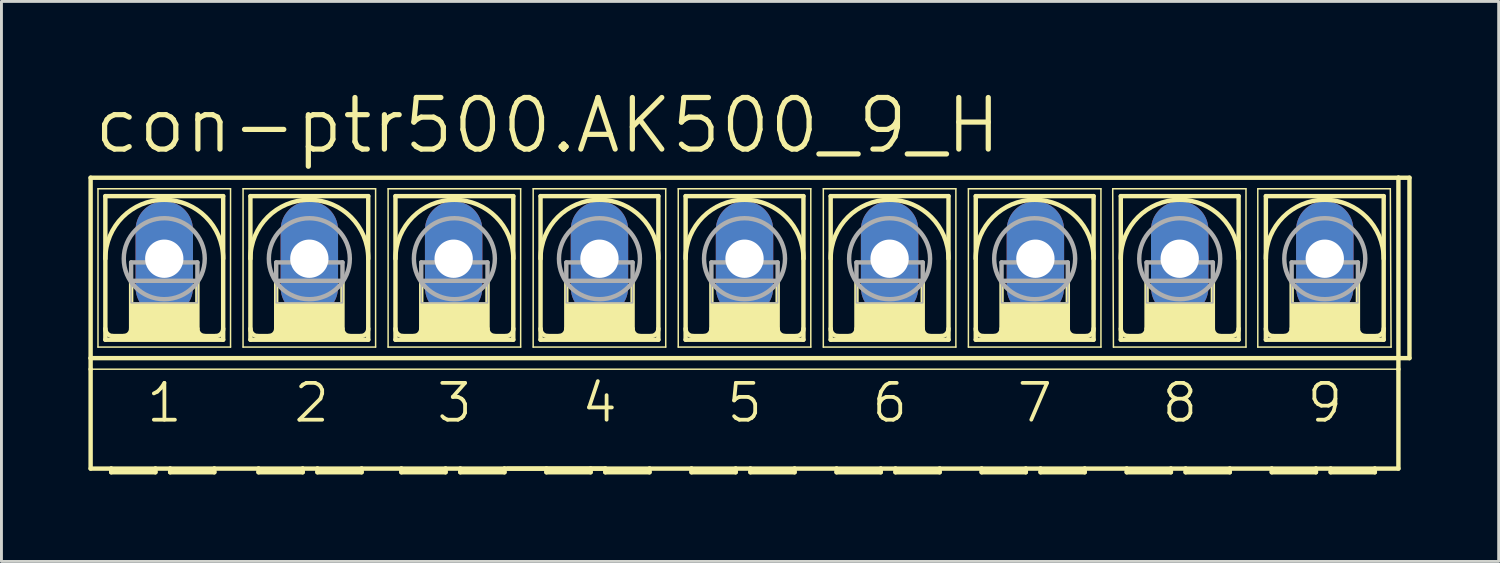
<source format=kicad_pcb>
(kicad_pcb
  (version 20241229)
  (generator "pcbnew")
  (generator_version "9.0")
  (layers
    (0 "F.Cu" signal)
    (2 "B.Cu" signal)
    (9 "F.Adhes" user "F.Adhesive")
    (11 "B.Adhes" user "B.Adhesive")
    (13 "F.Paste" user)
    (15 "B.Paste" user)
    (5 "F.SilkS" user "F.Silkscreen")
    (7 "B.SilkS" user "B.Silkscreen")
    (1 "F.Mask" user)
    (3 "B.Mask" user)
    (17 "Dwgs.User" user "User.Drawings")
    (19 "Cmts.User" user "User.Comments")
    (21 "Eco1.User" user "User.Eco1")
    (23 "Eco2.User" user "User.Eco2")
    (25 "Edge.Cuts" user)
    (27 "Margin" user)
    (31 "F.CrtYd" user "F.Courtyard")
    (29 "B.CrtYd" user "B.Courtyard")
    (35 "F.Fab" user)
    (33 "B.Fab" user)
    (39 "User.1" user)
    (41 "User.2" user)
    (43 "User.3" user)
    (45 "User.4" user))
  (footprint "con-ptr500.AK500_9_H"
    (layer "F.Cu")
    (at 22.631 5.874)
    (property "Reference" "con-ptr500.AK500_9_H" (at -22.53 -3.556 0) (layer "F.SilkS") (effects (font (size 1.778 1.778) (thickness 0.18)) (justify left bottom)))
    (attr through_hole)
    (fp_line (start -22.555 3.429) (end -22.555 -2.794) (stroke (width 0.152) (type default)) (layer "F.SilkS"))
    (fp_line (start -22.555 3.429) (end 22.555 3.429) (stroke (width 0.152) (type default)) (layer "F.SilkS"))
    (fp_line (start -22.555 3.81) (end -22.555 3.429) (stroke (width 0.152) (type default)) (layer "F.SilkS"))
    (fp_line (start -22.555 7.239) (end -22.555 3.81) (stroke (width 0.152) (type default)) (layer "F.SilkS"))
    (fp_line (start -22.555 7.239) (end -21.844 7.239) (stroke (width 0.152) (type default)) (layer "F.SilkS"))
    (fp_line (start -22.301 -2.413) (end -22.301 3.048) (stroke (width 0.051) (type default)) (layer "F.SilkS"))
    (fp_line (start -22.301 -2.413) (end -17.729 -2.413) (stroke (width 0.051) (type default)) (layer "F.SilkS"))
    (fp_line (start -22.047 2.794) (end -22.047 -2.159) (stroke (width 0.152) (type default)) (layer "F.SilkS"))
    (fp_line (start -22.047 2.794) (end -17.983 2.794) (stroke (width 0.152) (type default)) (layer "F.SilkS"))
    (fp_line (start -21.844 7.239) (end -20.32 7.239) (stroke (width 0.152) (type default)) (layer "F.SilkS"))
    (fp_line (start -21.844 7.366) (end -21.844 7.239) (stroke (width 0.152) (type default)) (layer "F.SilkS"))
    (fp_line (start -21.844 7.366) (end -20.32 7.366) (stroke (width 0.152) (type default)) (layer "F.SilkS"))
    (fp_line (start -21.158 0.762) (end -21.158 2.413) (stroke (width 0.152) (type default)) (layer "F.SilkS"))
    (fp_line (start -20.32 7.239) (end -20.32 7.366) (stroke (width 0.152) (type default)) (layer "F.SilkS"))
    (fp_line (start -20.32 7.239) (end -19.812 7.239) (stroke (width 0.152) (type default)) (layer "F.SilkS"))
    (fp_line (start -19.812 7.239) (end -18.288 7.239) (stroke (width 0.152) (type default)) (layer "F.SilkS"))
    (fp_line (start -19.812 7.366) (end -19.812 7.239) (stroke (width 0.152) (type default)) (layer "F.SilkS"))
    (fp_line (start -19.812 7.366) (end -18.288 7.366) (stroke (width 0.152) (type default)) (layer "F.SilkS"))
    (fp_line (start -18.872 0.762) (end -18.872 2.413) (stroke (width 0.152) (type default)) (layer "F.SilkS"))
    (fp_line (start -18.288 7.239) (end -16.764 7.239) (stroke (width 0.152) (type default)) (layer "F.SilkS"))
    (fp_line (start -18.288 7.366) (end -18.288 7.239) (stroke (width 0.152) (type default)) (layer "F.SilkS"))
    (fp_line (start -18.237 2.667) (end -21.793 2.667) (stroke (width 0.152) (type default)) (layer "F.SilkS"))
    (fp_line (start -17.983 -2.159) (end -22.047 -2.159) (stroke (width 0.152) (type default)) (layer "F.SilkS"))
    (fp_line (start -17.983 -2.159) (end -17.983 2.794) (stroke (width 0.152) (type default)) (layer "F.SilkS"))
    (fp_line (start -17.729 -2.413) (end -17.729 3.048) (stroke (width 0.051) (type default)) (layer "F.SilkS"))
    (fp_line (start -17.729 3.048) (end -22.301 3.048) (stroke (width 0.051) (type default)) (layer "F.SilkS"))
    (fp_line (start -17.297 -2.413) (end -17.297 3.048) (stroke (width 0.051) (type default)) (layer "F.SilkS"))
    (fp_line (start -17.297 -2.413) (end -12.725 -2.413) (stroke (width 0.051) (type default)) (layer "F.SilkS"))
    (fp_line (start -17.043 -2.159) (end -17.043 2.794) (stroke (width 0.152) (type default)) (layer "F.SilkS"))
    (fp_line (start -17.043 2.794) (end -12.979 2.794) (stroke (width 0.152) (type default)) (layer "F.SilkS"))
    (fp_line (start -16.764 7.239) (end -15.24 7.239) (stroke (width 0.152) (type default)) (layer "F.SilkS"))
    (fp_line (start -16.764 7.366) (end -16.764 7.239) (stroke (width 0.152) (type default)) (layer "F.SilkS"))
    (fp_line (start -16.764 7.366) (end -15.24 7.366) (stroke (width 0.152) (type default)) (layer "F.SilkS"))
    (fp_line (start -16.154 0.762) (end -16.154 2.413) (stroke (width 0.152) (type default)) (layer "F.SilkS"))
    (fp_line (start -15.24 7.239) (end -15.24 7.366) (stroke (width 0.152) (type default)) (layer "F.SilkS"))
    (fp_line (start -15.24 7.239) (end -14.732 7.239) (stroke (width 0.152) (type default)) (layer "F.SilkS"))
    (fp_line (start -14.732 7.239) (end -13.208 7.239) (stroke (width 0.152) (type default)) (layer "F.SilkS"))
    (fp_line (start -14.732 7.366) (end -14.732 7.239) (stroke (width 0.152) (type default)) (layer "F.SilkS"))
    (fp_line (start -14.732 7.366) (end -13.208 7.366) (stroke (width 0.152) (type default)) (layer "F.SilkS"))
    (fp_line (start -13.868 0.762) (end -13.868 2.413) (stroke (width 0.152) (type default)) (layer "F.SilkS"))
    (fp_line (start -13.233 2.667) (end -16.789 2.667) (stroke (width 0.152) (type default)) (layer "F.SilkS"))
    (fp_line (start -13.208 7.366) (end -13.208 7.239) (stroke (width 0.152) (type default)) (layer "F.SilkS"))
    (fp_line (start -12.979 -2.159) (end -17.043 -2.159) (stroke (width 0.152) (type default)) (layer "F.SilkS"))
    (fp_line (start -12.979 2.794) (end -12.979 -2.159) (stroke (width 0.152) (type default)) (layer "F.SilkS"))
    (fp_line (start -12.725 3.048) (end -17.297 3.048) (stroke (width 0.051) (type default)) (layer "F.SilkS"))
    (fp_line (start -12.725 3.048) (end -12.725 -2.413) (stroke (width 0.051) (type default)) (layer "F.SilkS"))
    (fp_line (start -12.294 -2.413) (end -12.294 3.048) (stroke (width 0.051) (type default)) (layer "F.SilkS"))
    (fp_line (start -12.294 -2.413) (end -7.722 -2.413) (stroke (width 0.051) (type default)) (layer "F.SilkS"))
    (fp_line (start -12.04 2.794) (end -12.04 -2.159) (stroke (width 0.152) (type default)) (layer "F.SilkS"))
    (fp_line (start -12.04 2.794) (end -7.976 2.794) (stroke (width 0.152) (type default)) (layer "F.SilkS"))
    (fp_line (start -11.836 7.239) (end -13.208 7.239) (stroke (width 0.152) (type default)) (layer "F.SilkS"))
    (fp_line (start -11.836 7.239) (end -11.836 7.366) (stroke (width 0.152) (type default)) (layer "F.SilkS"))
    (fp_line (start -11.836 7.239) (end -10.312 7.239) (stroke (width 0.152) (type default)) (layer "F.SilkS"))
    (fp_line (start -11.836 7.366) (end -10.312 7.366) (stroke (width 0.152) (type default)) (layer "F.SilkS"))
    (fp_line (start -11.151 0.762) (end -11.151 2.413) (stroke (width 0.152) (type default)) (layer "F.SilkS"))
    (fp_line (start -10.312 7.239) (end -10.312 7.366) (stroke (width 0.152) (type default)) (layer "F.SilkS"))
    (fp_line (start -10.312 7.239) (end -9.804 7.239) (stroke (width 0.152) (type default)) (layer "F.SilkS"))
    (fp_line (start -9.804 7.239) (end -9.804 7.366) (stroke (width 0.152) (type default)) (layer "F.SilkS"))
    (fp_line (start -9.804 7.239) (end -8.28 7.239) (stroke (width 0.152) (type default)) (layer "F.SilkS"))
    (fp_line (start -9.804 7.366) (end -8.28 7.366) (stroke (width 0.152) (type default)) (layer "F.SilkS"))
    (fp_line (start -8.865 0.762) (end -8.865 2.413) (stroke (width 0.152) (type default)) (layer "F.SilkS"))
    (fp_line (start -8.28 7.366) (end -8.28 7.239) (stroke (width 0.152) (type default)) (layer "F.SilkS"))
    (fp_line (start -8.23 2.667) (end -11.786 2.667) (stroke (width 0.152) (type default)) (layer "F.SilkS"))
    (fp_line (start -7.976 -2.159) (end -12.04 -2.159) (stroke (width 0.152) (type default)) (layer "F.SilkS"))
    (fp_line (start -7.976 -2.159) (end -7.976 2.794) (stroke (width 0.152) (type default)) (layer "F.SilkS"))
    (fp_line (start -7.722 -2.413) (end -7.722 3.048) (stroke (width 0.051) (type default)) (layer "F.SilkS"))
    (fp_line (start -7.722 3.048) (end -12.294 3.048) (stroke (width 0.051) (type default)) (layer "F.SilkS"))
    (fp_line (start -7.29 -2.413) (end -7.29 3.048) (stroke (width 0.051) (type default)) (layer "F.SilkS"))
    (fp_line (start -7.29 -2.413) (end -2.718 -2.413) (stroke (width 0.051) (type default)) (layer "F.SilkS"))
    (fp_line (start -7.036 2.794) (end -7.036 -2.159) (stroke (width 0.152) (type default)) (layer "F.SilkS"))
    (fp_line (start -7.036 2.794) (end -2.972 2.794) (stroke (width 0.152) (type default)) (layer "F.SilkS"))
    (fp_line (start -6.833 7.239) (end -8.179 7.239) (stroke (width 0.152) (type default)) (layer "F.SilkS"))
    (fp_line (start -6.833 7.239) (end -6.833 7.366) (stroke (width 0.152) (type default)) (layer "F.SilkS"))
    (fp_line (start -6.833 7.239) (end -5.309 7.239) (stroke (width 0.152) (type default)) (layer "F.SilkS"))
    (fp_line (start -6.833 7.366) (end -5.309 7.366) (stroke (width 0.152) (type default)) (layer "F.SilkS"))
    (fp_line (start -6.147 0.762) (end -6.147 2.413) (stroke (width 0.152) (type default)) (layer "F.SilkS"))
    (fp_line (start -5.309 7.239) (end -5.309 7.366) (stroke (width 0.152) (type default)) (layer "F.SilkS"))
    (fp_line (start -5.309 7.239) (end -4.801 7.239) (stroke (width 0.152) (type default)) (layer "F.SilkS"))
    (fp_line (start -4.801 7.239) (end -8.28 7.239) (stroke (width 0.152) (type default)) (layer "F.SilkS"))
    (fp_line (start -4.801 7.239) (end -4.801 7.366) (stroke (width 0.152) (type default)) (layer "F.SilkS"))
    (fp_line (start -4.801 7.366) (end -3.277 7.366) (stroke (width 0.152) (type default)) (layer "F.SilkS"))
    (fp_line (start -3.861 0.762) (end -3.861 2.413) (stroke (width 0.152) (type default)) (layer "F.SilkS"))
    (fp_line (start -3.277 7.239) (end -4.801 7.239) (stroke (width 0.152) (type default)) (layer "F.SilkS"))
    (fp_line (start -3.277 7.366) (end -3.277 7.239) (stroke (width 0.152) (type default)) (layer "F.SilkS"))
    (fp_line (start -3.226 2.667) (end -6.782 2.667) (stroke (width 0.152) (type default)) (layer "F.SilkS"))
    (fp_line (start -2.972 -2.159) (end -7.036 -2.159) (stroke (width 0.152) (type default)) (layer "F.SilkS"))
    (fp_line (start -2.972 -2.159) (end -2.972 2.794) (stroke (width 0.152) (type default)) (layer "F.SilkS"))
    (fp_line (start -2.718 -2.413) (end -2.718 3.048) (stroke (width 0.051) (type default)) (layer "F.SilkS"))
    (fp_line (start -2.718 3.048) (end -7.29 3.048) (stroke (width 0.051) (type default)) (layer "F.SilkS"))
    (fp_line (start -2.286 -2.413) (end -2.286 3.048) (stroke (width 0.051) (type default)) (layer "F.SilkS"))
    (fp_line (start -2.286 -2.413) (end 2.286 -2.413) (stroke (width 0.051) (type default)) (layer "F.SilkS"))
    (fp_line (start -2.032 2.794) (end -2.032 -2.159) (stroke (width 0.152) (type default)) (layer "F.SilkS"))
    (fp_line (start -2.032 2.794) (end 2.032 2.794) (stroke (width 0.152) (type default)) (layer "F.SilkS"))
    (fp_line (start -1.829 7.239) (end -3.277 7.239) (stroke (width 0.152) (type default)) (layer "F.SilkS"))
    (fp_line (start -1.829 7.366) (end -1.829 7.239) (stroke (width 0.152) (type default)) (layer "F.SilkS"))
    (fp_line (start -1.829 7.366) (end -0.305 7.366) (stroke (width 0.152) (type default)) (layer "F.SilkS"))
    (fp_line (start -1.143 0.762) (end -1.143 2.413) (stroke (width 0.152) (type default)) (layer "F.SilkS"))
    (fp_line (start -0.305 7.239) (end -1.829 7.239) (stroke (width 0.152) (type default)) (layer "F.SilkS"))
    (fp_line (start -0.305 7.239) (end -0.305 7.366) (stroke (width 0.152) (type default)) (layer "F.SilkS"))
    (fp_line (start 0.203 7.239) (end -0.305 7.239) (stroke (width 0.152) (type default)) (layer "F.SilkS"))
    (fp_line (start 0.203 7.366) (end 0.203 7.239) (stroke (width 0.152) (type default)) (layer "F.SilkS"))
    (fp_line (start 0.203 7.366) (end 1.727 7.366) (stroke (width 0.152) (type default)) (layer "F.SilkS"))
    (fp_line (start 1.143 0.762) (end 1.143 2.413) (stroke (width 0.152) (type default)) (layer "F.SilkS"))
    (fp_line (start 1.727 7.239) (end 0.203 7.239) (stroke (width 0.152) (type default)) (layer "F.SilkS"))
    (fp_line (start 1.727 7.366) (end 1.727 7.239) (stroke (width 0.152) (type default)) (layer "F.SilkS"))
    (fp_line (start 1.778 2.667) (end -1.778 2.667) (stroke (width 0.152) (type default)) (layer "F.SilkS"))
    (fp_line (start 2.032 -2.159) (end -2.032 -2.159) (stroke (width 0.152) (type default)) (layer "F.SilkS"))
    (fp_line (start 2.032 -2.159) (end 2.032 2.794) (stroke (width 0.152) (type default)) (layer "F.SilkS"))
    (fp_line (start 2.286 -2.413) (end 2.286 3.048) (stroke (width 0.051) (type default)) (layer "F.SilkS"))
    (fp_line (start 2.286 3.048) (end -2.286 3.048) (stroke (width 0.051) (type default)) (layer "F.SilkS"))
    (fp_line (start 2.718 -2.413) (end 2.718 3.048) (stroke (width 0.051) (type default)) (layer "F.SilkS"))
    (fp_line (start 2.718 -2.413) (end 7.29 -2.413) (stroke (width 0.051) (type default)) (layer "F.SilkS"))
    (fp_line (start 2.972 2.794) (end 2.972 -2.159) (stroke (width 0.152) (type default)) (layer "F.SilkS"))
    (fp_line (start 2.972 2.794) (end 7.036 2.794) (stroke (width 0.152) (type default)) (layer "F.SilkS"))
    (fp_line (start 3.175 7.239) (end 1.727 7.239) (stroke (width 0.152) (type default)) (layer "F.SilkS"))
    (fp_line (start 3.175 7.366) (end 3.175 7.239) (stroke (width 0.152) (type default)) (layer "F.SilkS"))
    (fp_line (start 3.175 7.366) (end 4.699 7.366) (stroke (width 0.152) (type default)) (layer "F.SilkS"))
    (fp_line (start 3.861 0.762) (end 3.861 2.413) (stroke (width 0.152) (type default)) (layer "F.SilkS"))
    (fp_line (start 4.699 7.239) (end 3.175 7.239) (stroke (width 0.152) (type default)) (layer "F.SilkS"))
    (fp_line (start 4.699 7.239) (end 4.699 7.366) (stroke (width 0.152) (type default)) (layer "F.SilkS"))
    (fp_line (start 5.207 7.239) (end 4.699 7.239) (stroke (width 0.152) (type default)) (layer "F.SilkS"))
    (fp_line (start 5.207 7.239) (end 6.731 7.239) (stroke (width 0.152) (type default)) (layer "F.SilkS"))
    (fp_line (start 5.207 7.366) (end 5.207 7.239) (stroke (width 0.152) (type default)) (layer "F.SilkS"))
    (fp_line (start 5.207 7.366) (end 6.731 7.366) (stroke (width 0.152) (type default)) (layer "F.SilkS"))
    (fp_line (start 6.147 0.762) (end 6.147 2.413) (stroke (width 0.152) (type default)) (layer "F.SilkS"))
    (fp_line (start 6.731 7.239) (end 8.179 7.239) (stroke (width 0.152) (type default)) (layer "F.SilkS"))
    (fp_line (start 6.731 7.366) (end 6.731 7.239) (stroke (width 0.152) (type default)) (layer "F.SilkS"))
    (fp_line (start 6.782 2.667) (end 3.226 2.667) (stroke (width 0.152) (type default)) (layer "F.SilkS"))
    (fp_line (start 7.036 -2.159) (end 2.972 -2.159) (stroke (width 0.152) (type default)) (layer "F.SilkS"))
    (fp_line (start 7.036 -2.159) (end 7.036 2.794) (stroke (width 0.152) (type default)) (layer "F.SilkS"))
    (fp_line (start 7.29 -2.413) (end 7.29 3.048) (stroke (width 0.051) (type default)) (layer "F.SilkS"))
    (fp_line (start 7.29 3.048) (end 2.718 3.048) (stroke (width 0.051) (type default)) (layer "F.SilkS"))
    (fp_line (start 7.722 -2.413) (end 7.722 3.048) (stroke (width 0.051) (type default)) (layer "F.SilkS"))
    (fp_line (start 7.722 -2.413) (end 12.294 -2.413) (stroke (width 0.051) (type default)) (layer "F.SilkS"))
    (fp_line (start 7.976 2.794) (end 7.976 -2.159) (stroke (width 0.152) (type default)) (layer "F.SilkS"))
    (fp_line (start 7.976 2.794) (end 12.04 2.794) (stroke (width 0.152) (type default)) (layer "F.SilkS"))
    (fp_line (start 8.179 7.366) (end 8.179 7.239) (stroke (width 0.152) (type default)) (layer "F.SilkS"))
    (fp_line (start 8.179 7.366) (end 9.703 7.366) (stroke (width 0.152) (type default)) (layer "F.SilkS"))
    (fp_line (start 8.865 0.762) (end 8.865 2.413) (stroke (width 0.152) (type default)) (layer "F.SilkS"))
    (fp_line (start 9.703 7.239) (end 8.179 7.239) (stroke (width 0.152) (type default)) (layer "F.SilkS"))
    (fp_line (start 9.703 7.239) (end 9.703 7.366) (stroke (width 0.152) (type default)) (layer "F.SilkS"))
    (fp_line (start 10.211 7.239) (end 9.703 7.239) (stroke (width 0.152) (type default)) (layer "F.SilkS"))
    (fp_line (start 10.211 7.239) (end 11.735 7.239) (stroke (width 0.152) (type default)) (layer "F.SilkS"))
    (fp_line (start 10.211 7.366) (end 10.211 7.239) (stroke (width 0.152) (type default)) (layer "F.SilkS"))
    (fp_line (start 10.211 7.366) (end 11.735 7.366) (stroke (width 0.152) (type default)) (layer "F.SilkS"))
    (fp_line (start 11.151 0.762) (end 11.151 2.413) (stroke (width 0.152) (type default)) (layer "F.SilkS"))
    (fp_line (start 11.735 7.366) (end 11.735 7.239) (stroke (width 0.152) (type default)) (layer "F.SilkS"))
    (fp_line (start 11.786 2.667) (end 8.23 2.667) (stroke (width 0.152) (type default)) (layer "F.SilkS"))
    (fp_line (start 12.04 -2.159) (end 7.976 -2.159) (stroke (width 0.152) (type default)) (layer "F.SilkS"))
    (fp_line (start 12.04 -2.159) (end 12.04 2.794) (stroke (width 0.152) (type default)) (layer "F.SilkS"))
    (fp_line (start 12.294 -2.413) (end 12.294 3.048) (stroke (width 0.051) (type default)) (layer "F.SilkS"))
    (fp_line (start 12.294 3.048) (end 7.722 3.048) (stroke (width 0.051) (type default)) (layer "F.SilkS"))
    (fp_line (start 12.7 -2.413) (end 12.725 3.048) (stroke (width 0.051) (type default)) (layer "F.SilkS"))
    (fp_line (start 12.7 -2.413) (end 17.297 -2.413) (stroke (width 0.051) (type default)) (layer "F.SilkS"))
    (fp_line (start 12.979 2.794) (end 12.979 -2.159) (stroke (width 0.152) (type default)) (layer "F.SilkS"))
    (fp_line (start 12.979 2.794) (end 17.043 2.794) (stroke (width 0.152) (type default)) (layer "F.SilkS"))
    (fp_line (start 13.183 7.239) (end 11.735 7.239) (stroke (width 0.152) (type default)) (layer "F.SilkS"))
    (fp_line (start 13.183 7.239) (end 14.707 7.239) (stroke (width 0.152) (type default)) (layer "F.SilkS"))
    (fp_line (start 13.183 7.366) (end 13.183 7.239) (stroke (width 0.152) (type default)) (layer "F.SilkS"))
    (fp_line (start 13.183 7.366) (end 14.707 7.366) (stroke (width 0.152) (type default)) (layer "F.SilkS"))
    (fp_line (start 13.868 0.762) (end 13.868 2.413) (stroke (width 0.152) (type default)) (layer "F.SilkS"))
    (fp_line (start 14.707 7.239) (end 14.707 7.366) (stroke (width 0.152) (type default)) (layer "F.SilkS"))
    (fp_line (start 14.707 7.239) (end 15.215 7.239) (stroke (width 0.152) (type default)) (layer "F.SilkS"))
    (fp_line (start 15.215 7.239) (end 16.739 7.239) (stroke (width 0.152) (type default)) (layer "F.SilkS"))
    (fp_line (start 15.215 7.366) (end 15.215 7.239) (stroke (width 0.152) (type default)) (layer "F.SilkS"))
    (fp_line (start 15.215 7.366) (end 16.739 7.366) (stroke (width 0.152) (type default)) (layer "F.SilkS"))
    (fp_line (start 16.154 0.762) (end 16.154 2.413) (stroke (width 0.152) (type default)) (layer "F.SilkS"))
    (fp_line (start 16.739 7.366) (end 16.739 7.239) (stroke (width 0.152) (type default)) (layer "F.SilkS"))
    (fp_line (start 16.789 2.667) (end 13.233 2.667) (stroke (width 0.152) (type default)) (layer "F.SilkS"))
    (fp_line (start 17.043 -2.159) (end 12.979 -2.159) (stroke (width 0.152) (type default)) (layer "F.SilkS"))
    (fp_line (start 17.043 -2.159) (end 17.043 2.794) (stroke (width 0.152) (type default)) (layer "F.SilkS"))
    (fp_line (start 17.297 -2.413) (end 17.297 3.048) (stroke (width 0.051) (type default)) (layer "F.SilkS"))
    (fp_line (start 17.297 3.048) (end 12.725 3.048) (stroke (width 0.051) (type default)) (layer "F.SilkS"))
    (fp_line (start 17.704 -2.413) (end 17.704 3.048) (stroke (width 0.051) (type default)) (layer "F.SilkS"))
    (fp_line (start 17.704 -2.413) (end 22.276 -2.413) (stroke (width 0.051) (type default)) (layer "F.SilkS"))
    (fp_line (start 17.983 2.794) (end 17.983 -2.159) (stroke (width 0.152) (type default)) (layer "F.SilkS"))
    (fp_line (start 17.983 2.794) (end 22.047 2.794) (stroke (width 0.152) (type default)) (layer "F.SilkS"))
    (fp_line (start 18.186 7.239) (end 16.739 7.239) (stroke (width 0.152) (type default)) (layer "F.SilkS"))
    (fp_line (start 18.186 7.239) (end 19.71 7.239) (stroke (width 0.152) (type default)) (layer "F.SilkS"))
    (fp_line (start 18.186 7.366) (end 18.186 7.239) (stroke (width 0.152) (type default)) (layer "F.SilkS"))
    (fp_line (start 18.186 7.366) (end 19.71 7.366) (stroke (width 0.152) (type default)) (layer "F.SilkS"))
    (fp_line (start 18.872 0.762) (end 18.872 2.413) (stroke (width 0.152) (type default)) (layer "F.SilkS"))
    (fp_line (start 19.71 7.239) (end 19.71 7.366) (stroke (width 0.152) (type default)) (layer "F.SilkS"))
    (fp_line (start 20.218 7.239) (end 19.71 7.239) (stroke (width 0.152) (type default)) (layer "F.SilkS"))
    (fp_line (start 20.218 7.366) (end 20.218 7.239) (stroke (width 0.152) (type default)) (layer "F.SilkS"))
    (fp_line (start 20.218 7.366) (end 21.742 7.366) (stroke (width 0.152) (type default)) (layer "F.SilkS"))
    (fp_line (start 21.158 0.762) (end 21.158 2.413) (stroke (width 0.152) (type default)) (layer "F.SilkS"))
    (fp_line (start 21.742 7.239) (end 20.218 7.239) (stroke (width 0.152) (type default)) (layer "F.SilkS"))
    (fp_line (start 21.742 7.366) (end 21.742 7.239) (stroke (width 0.152) (type default)) (layer "F.SilkS"))
    (fp_line (start 21.793 2.667) (end 18.237 2.667) (stroke (width 0.152) (type default)) (layer "F.SilkS"))
    (fp_line (start 22.047 -2.159) (end 17.983 -2.159) (stroke (width 0.152) (type default)) (layer "F.SilkS"))
    (fp_line (start 22.047 -2.159) (end 22.047 2.794) (stroke (width 0.152) (type default)) (layer "F.SilkS"))
    (fp_line (start 22.276 -2.413) (end 22.301 3.048) (stroke (width 0.051) (type default)) (layer "F.SilkS"))
    (fp_line (start 22.301 3.048) (end 17.704 3.048) (stroke (width 0.051) (type default)) (layer "F.SilkS"))
    (fp_line (start 22.555 -2.794) (end -22.555 -2.794) (stroke (width 0.152) (type default)) (layer "F.SilkS"))
    (fp_line (start 22.555 -2.794) (end 22.555 3.429) (stroke (width 0.152) (type default)) (layer "F.SilkS"))
    (fp_line (start 22.555 3.429) (end 22.555 3.81) (stroke (width 0.152) (type default)) (layer "F.SilkS"))
    (fp_line (start 22.555 3.81) (end -22.555 3.81) (stroke (width 0.051) (type default)) (layer "F.SilkS"))
    (fp_line (start 22.555 3.81) (end 22.555 7.239) (stroke (width 0.152) (type default)) (layer "F.SilkS"))
    (fp_line (start 22.555 7.239) (end 21.742 7.239) (stroke (width 0.152) (type default)) (layer "F.SilkS"))
    (fp_line (start 22.936 -2.794) (end 22.555 -2.794) (stroke (width 0.152) (type default)) (layer "F.SilkS"))
    (fp_line (start 22.936 -2.794) (end 22.936 3.429) (stroke (width 0.152) (type default)) (layer "F.SilkS"))
    (fp_line (start 22.936 3.429) (end 22.555 3.429) (stroke (width 0.152) (type default)) (layer "F.SilkS"))
    (fp_rect (start -21.158 2.667) (end -18.872 1.524) (stroke (width 0.05) (type default)) (fill yes) (layer "F.SilkS"))
    (fp_rect (start -16.154 2.667) (end -13.868 1.524) (stroke (width 0.05) (type default)) (fill yes) (layer "F.SilkS"))
    (fp_rect (start -11.151 2.667) (end -8.865 1.524) (stroke (width 0.05) (type default)) (fill yes) (layer "F.SilkS"))
    (fp_rect (start -6.147 2.667) (end -3.861 1.524) (stroke (width 0.05) (type default)) (fill yes) (layer "F.SilkS"))
    (fp_rect (start -1.143 2.667) (end 1.143 1.524) (stroke (width 0.05) (type default)) (fill yes) (layer "F.SilkS"))
    (fp_rect (start 3.861 2.667) (end 6.147 1.524) (stroke (width 0.05) (type default)) (fill yes) (layer "F.SilkS"))
    (fp_rect (start 8.865 2.667) (end 11.151 1.524) (stroke (width 0.05) (type default)) (fill yes) (layer "F.SilkS"))
    (fp_rect (start 13.868 2.667) (end 16.154 1.524) (stroke (width 0.05) (type default)) (fill yes) (layer "F.SilkS"))
    (fp_rect (start 18.872 2.667) (end 21.158 1.524) (stroke (width 0.05) (type default)) (fill yes) (layer "F.SilkS"))
    (fp_arc (start -22.0472 0) (mid -20.0152 -2.032) (end -17.9832 0) (stroke (width 0.1524) (type default)) (layer "F.SilkS"))
    (fp_arc (start -21.7932 2.667) (mid -21.972805 2.592605) (end -22.0472 2.413) (stroke (width 0.1524) (type default)) (layer "F.SilkS"))
    (fp_arc (start -21.1582 2.413) (mid -21.232595 2.592605) (end -21.4122 2.667) (stroke (width 0.1524) (type default)) (layer "F.SilkS"))
    (fp_arc (start -18.6182 2.667) (mid -18.797805 2.592605) (end -18.8722 2.413) (stroke (width 0.1524) (type default)) (layer "F.SilkS"))
    (fp_arc (start -17.9832 2.413) (mid -18.057595 2.592605) (end -18.2372 2.667) (stroke (width 0.1524) (type default)) (layer "F.SilkS"))
    (fp_arc (start -17.0434 0) (mid -15.0114 -2.032) (end -12.9794 0) (stroke (width 0.1524) (type default)) (layer "F.SilkS"))
    (fp_arc (start -16.7894 2.667) (mid -16.969005 2.592605) (end -17.0434 2.413) (stroke (width 0.1524) (type default)) (layer "F.SilkS"))
    (fp_arc (start -16.1544 2.413) (mid -16.228795 2.592605) (end -16.4084 2.667) (stroke (width 0.1524) (type default)) (layer "F.SilkS"))
    (fp_arc (start -13.6144 2.667) (mid -13.794005 2.592605) (end -13.8684 2.413) (stroke (width 0.1524) (type default)) (layer "F.SilkS"))
    (fp_arc (start -12.9794 2.413) (mid -13.053795 2.592605) (end -13.2334 2.667) (stroke (width 0.1524) (type default)) (layer "F.SilkS"))
    (fp_arc (start -12.0396 0) (mid -10.0076 -2.032) (end -7.9756 0) (stroke (width 0.1524) (type default)) (layer "F.SilkS"))
    (fp_arc (start -11.7856 2.667) (mid -11.965205 2.592605) (end -12.0396 2.413) (stroke (width 0.1524) (type default)) (layer "F.SilkS"))
    (fp_arc (start -11.1506 2.413) (mid -11.224995 2.592605) (end -11.4046 2.667) (stroke (width 0.1524) (type default)) (layer "F.SilkS"))
    (fp_arc (start -8.6106 2.667) (mid -8.790205 2.592605) (end -8.8646 2.413) (stroke (width 0.1524) (type default)) (layer "F.SilkS"))
    (fp_arc (start -7.9756 2.413) (mid -8.049995 2.592605) (end -8.2296 2.667) (stroke (width 0.1524) (type default)) (layer "F.SilkS"))
    (fp_arc (start -7.0358 0) (mid -5.0038 -2.032) (end -2.9718 0) (stroke (width 0.1524) (type default)) (layer "F.SilkS"))
    (fp_arc (start -6.7818 2.667) (mid -6.961405 2.592605) (end -7.0358 2.413) (stroke (width 0.1524) (type default)) (layer "F.SilkS"))
    (fp_arc (start -6.1468 2.413) (mid -6.221195 2.592605) (end -6.4008 2.667) (stroke (width 0.1524) (type default)) (layer "F.SilkS"))
    (fp_arc (start -3.6068 2.667) (mid -3.786405 2.592605) (end -3.8608 2.413) (stroke (width 0.1524) (type default)) (layer "F.SilkS"))
    (fp_arc (start -2.9718 2.413) (mid -3.046195 2.592605) (end -3.2258 2.667) (stroke (width 0.1524) (type default)) (layer "F.SilkS"))
    (fp_arc (start -2.032 0) (mid 0 -2.032) (end 2.032 0) (stroke (width 0.1524) (type default)) (layer "F.SilkS"))
    (fp_arc (start -1.778 2.667) (mid -1.957605 2.592605) (end -2.032 2.413) (stroke (width 0.1524) (type default)) (layer "F.SilkS"))
    (fp_arc (start -1.143 2.413) (mid -1.217395 2.592605) (end -1.397 2.667) (stroke (width 0.1524) (type default)) (layer "F.SilkS"))
    (fp_arc (start 1.397 2.667) (mid 1.217395 2.592605) (end 1.143 2.413) (stroke (width 0.1524) (type default)) (layer "F.SilkS"))
    (fp_arc (start 2.032 2.413) (mid 1.957605 2.592605) (end 1.778 2.667) (stroke (width 0.1524) (type default)) (layer "F.SilkS"))
    (fp_arc (start 2.9718 0) (mid 5.0038 -2.032) (end 7.0358 0) (stroke (width 0.1524) (type default)) (layer "F.SilkS"))
    (fp_arc (start 3.2258 2.667) (mid 3.046195 2.592605) (end 2.9718 2.413) (stroke (width 0.1524) (type default)) (layer "F.SilkS"))
    (fp_arc (start 3.8608 2.413) (mid 3.786405 2.592605) (end 3.6068 2.667) (stroke (width 0.1524) (type default)) (layer "F.SilkS"))
    (fp_arc (start 6.4008 2.667) (mid 6.221195 2.592605) (end 6.1468 2.413) (stroke (width 0.1524) (type default)) (layer "F.SilkS"))
    (fp_arc (start 7.0358 2.413) (mid 6.961405 2.592605) (end 6.7818 2.667) (stroke (width 0.1524) (type default)) (layer "F.SilkS"))
    (fp_arc (start 7.9756 0) (mid 10.0076 -2.032) (end 12.0396 0) (stroke (width 0.1524) (type default)) (layer "F.SilkS"))
    (fp_arc (start 8.2296 2.667) (mid 8.049995 2.592605) (end 7.9756 2.413) (stroke (width 0.1524) (type default)) (layer "F.SilkS"))
    (fp_arc (start 8.8646 2.413) (mid 8.790205 2.592605) (end 8.6106 2.667) (stroke (width 0.1524) (type default)) (layer "F.SilkS"))
    (fp_arc (start 11.4046 2.667) (mid 11.224995 2.592605) (end 11.1506 2.413) (stroke (width 0.1524) (type default)) (layer "F.SilkS"))
    (fp_arc (start 12.0396 2.413) (mid 11.965205 2.592605) (end 11.7856 2.667) (stroke (width 0.1524) (type default)) (layer "F.SilkS"))
    (fp_arc (start 12.9794 0) (mid 15.0114 -2.032) (end 17.0434 0) (stroke (width 0.1524) (type default)) (layer "F.SilkS"))
    (fp_arc (start 13.2334 2.667) (mid 13.053795 2.592605) (end 12.9794 2.413) (stroke (width 0.1524) (type default)) (layer "F.SilkS"))
    (fp_arc (start 13.8684 2.413) (mid 13.794005 2.592605) (end 13.6144 2.667) (stroke (width 0.1524) (type default)) (layer "F.SilkS"))
    (fp_arc (start 16.4084 2.667) (mid 16.228795 2.592605) (end 16.1544 2.413) (stroke (width 0.1524) (type default)) (layer "F.SilkS"))
    (fp_arc (start 17.0434 2.413) (mid 16.969005 2.592605) (end 16.7894 2.667) (stroke (width 0.1524) (type default)) (layer "F.SilkS"))
    (fp_arc (start 17.9832 0) (mid 20.0152 -2.032) (end 22.0472 0) (stroke (width 0.1524) (type default)) (layer "F.SilkS"))
    (fp_arc (start 18.2372 2.667) (mid 18.057595 2.592605) (end 17.9832 2.413) (stroke (width 0.1524) (type default)) (layer "F.SilkS"))
    (fp_arc (start 18.8722 2.413) (mid 18.797805 2.592605) (end 18.6182 2.667) (stroke (width 0.1524) (type default)) (layer "F.SilkS"))
    (fp_arc (start 21.4122 2.667) (mid 21.232595 2.592605) (end 21.1582 2.413) (stroke (width 0.1524) (type default)) (layer "F.SilkS"))
    (fp_arc (start 22.0472 2.413) (mid 21.972805 2.592605) (end 21.7932 2.667) (stroke (width 0.1524) (type default)) (layer "F.SilkS"))
    (fp_line (start -21.158 0.127) (end -21.158 0.762) (stroke (width 0.152) (type default)) (layer "F.Fab"))
    (fp_line (start -21.158 0.127) (end -18.872 0.127) (stroke (width 0.152) (type default)) (layer "F.Fab"))
    (fp_line (start -21.158 0.762) (end -18.872 0.762) (stroke (width 0.152) (type default)) (layer "F.Fab"))
    (fp_line (start -18.872 0.127) (end -18.872 0.762) (stroke (width 0.152) (type default)) (layer "F.Fab"))
    (fp_line (start -16.154 0.127) (end -16.154 0.762) (stroke (width 0.152) (type default)) (layer "F.Fab"))
    (fp_line (start -16.154 0.127) (end -13.868 0.127) (stroke (width 0.152) (type default)) (layer "F.Fab"))
    (fp_line (start -16.154 0.762) (end -13.868 0.762) (stroke (width 0.152) (type default)) (layer "F.Fab"))
    (fp_line (start -13.868 0.127) (end -13.868 0.762) (stroke (width 0.152) (type default)) (layer "F.Fab"))
    (fp_line (start -11.151 0.127) (end -11.151 0.762) (stroke (width 0.152) (type default)) (layer "F.Fab"))
    (fp_line (start -11.151 0.127) (end -8.865 0.127) (stroke (width 0.152) (type default)) (layer "F.Fab"))
    (fp_line (start -11.151 0.762) (end -8.865 0.762) (stroke (width 0.152) (type default)) (layer "F.Fab"))
    (fp_line (start -8.865 0.127) (end -8.865 0.762) (stroke (width 0.152) (type default)) (layer "F.Fab"))
    (fp_line (start -6.147 0.127) (end -6.147 0.762) (stroke (width 0.152) (type default)) (layer "F.Fab"))
    (fp_line (start -6.147 0.127) (end -3.861 0.127) (stroke (width 0.152) (type default)) (layer "F.Fab"))
    (fp_line (start -6.147 0.762) (end -3.861 0.762) (stroke (width 0.152) (type default)) (layer "F.Fab"))
    (fp_line (start -3.861 0.127) (end -3.861 0.762) (stroke (width 0.152) (type default)) (layer "F.Fab"))
    (fp_line (start -1.143 0.127) (end -1.143 0.762) (stroke (width 0.152) (type default)) (layer "F.Fab"))
    (fp_line (start -1.143 0.127) (end 1.143 0.127) (stroke (width 0.152) (type default)) (layer "F.Fab"))
    (fp_line (start -1.143 0.762) (end 1.143 0.762) (stroke (width 0.152) (type default)) (layer "F.Fab"))
    (fp_line (start 1.143 0.127) (end 1.143 0.762) (stroke (width 0.152) (type default)) (layer "F.Fab"))
    (fp_line (start 3.861 0.127) (end 3.861 0.762) (stroke (width 0.152) (type default)) (layer "F.Fab"))
    (fp_line (start 3.861 0.127) (end 6.147 0.127) (stroke (width 0.152) (type default)) (layer "F.Fab"))
    (fp_line (start 3.861 0.762) (end 6.147 0.762) (stroke (width 0.152) (type default)) (layer "F.Fab"))
    (fp_line (start 6.147 0.127) (end 6.147 0.762) (stroke (width 0.152) (type default)) (layer "F.Fab"))
    (fp_line (start 8.865 0.127) (end 8.865 0.762) (stroke (width 0.152) (type default)) (layer "F.Fab"))
    (fp_line (start 8.865 0.127) (end 11.151 0.127) (stroke (width 0.152) (type default)) (layer "F.Fab"))
    (fp_line (start 8.865 0.762) (end 11.151 0.762) (stroke (width 0.152) (type default)) (layer "F.Fab"))
    (fp_line (start 11.151 0.127) (end 11.151 0.762) (stroke (width 0.152) (type default)) (layer "F.Fab"))
    (fp_line (start 13.868 0.127) (end 13.868 0.762) (stroke (width 0.152) (type default)) (layer "F.Fab"))
    (fp_line (start 13.868 0.127) (end 16.154 0.127) (stroke (width 0.152) (type default)) (layer "F.Fab"))
    (fp_line (start 13.868 0.762) (end 16.154 0.762) (stroke (width 0.152) (type default)) (layer "F.Fab"))
    (fp_line (start 16.154 0.127) (end 16.154 0.762) (stroke (width 0.152) (type default)) (layer "F.Fab"))
    (fp_line (start 18.872 0.127) (end 18.872 0.762) (stroke (width 0.152) (type default)) (layer "F.Fab"))
    (fp_line (start 18.872 0.127) (end 21.158 0.127) (stroke (width 0.152) (type default)) (layer "F.Fab"))
    (fp_line (start 18.872 0.762) (end 21.158 0.762) (stroke (width 0.152) (type default)) (layer "F.Fab"))
    (fp_line (start 21.158 0.127) (end 21.158 0.762) (stroke (width 0.152) (type default)) (layer "F.Fab"))
    (fp_rect (start -21.158 1.524) (end -18.872 0.762) (stroke (width 0.05) (type default)) (fill no) (layer "F.Fab"))
    (fp_rect (start -16.154 1.524) (end -13.868 0.762) (stroke (width 0.05) (type default)) (fill no) (layer "F.Fab"))
    (fp_rect (start -11.151 1.524) (end -8.865 0.762) (stroke (width 0.05) (type default)) (fill no) (layer "F.Fab"))
    (fp_rect (start -6.147 1.524) (end -3.861 0.762) (stroke (width 0.05) (type default)) (fill no) (layer "F.Fab"))
    (fp_rect (start -1.143 1.524) (end 1.143 0.762) (stroke (width 0.05) (type default)) (fill no) (layer "F.Fab"))
    (fp_rect (start 3.861 1.524) (end 6.147 0.762) (stroke (width 0.05) (type default)) (fill no) (layer "F.Fab"))
    (fp_rect (start 8.865 1.524) (end 11.151 0.762) (stroke (width 0.05) (type default)) (fill no) (layer "F.Fab"))
    (fp_rect (start 13.868 1.524) (end 16.154 0.762) (stroke (width 0.05) (type default)) (fill no) (layer "F.Fab"))
    (fp_rect (start 18.872 1.524) (end 21.158 0.762) (stroke (width 0.05) (type default)) (fill no) (layer "F.Fab"))
    (fp_circle (center -20.015 0) (end -18.618 0) (stroke (width 0.152) (type default)) (fill no) (layer "F.Fab"))
    (fp_circle (center -15.011 0) (end -13.614 0) (stroke (width 0.152) (type default)) (fill no) (layer "F.Fab"))
    (fp_circle (center -10.008 0) (end -8.611 0) (stroke (width 0.152) (type default)) (fill no) (layer "F.Fab"))
    (fp_circle (center -5.004 0) (end -3.607 0) (stroke (width 0.152) (type default)) (fill no) (layer "F.Fab"))
    (fp_circle (center 0 0) (end 1.397 0) (stroke (width 0.152) (type default)) (fill no) (layer "F.Fab"))
    (fp_circle (center 5.004 0) (end 6.401 0) (stroke (width 0.152) (type default)) (fill no) (layer "F.Fab"))
    (fp_circle (center 10.008 0) (end 11.405 0) (stroke (width 0.152) (type default)) (fill no) (layer "F.Fab"))
    (fp_circle (center 15.011 0) (end 16.408 0) (stroke (width 0.152) (type default)) (fill no) (layer "F.Fab"))
    (fp_circle (center 20.015 0) (end 21.412 0) (stroke (width 0.152) (type default)) (fill no) (layer "F.Fab"))
    (fp_text user "2" (at -15.621 5.715 0) (layer "F.SilkS") (effects (font (size 1.27 1.27) (thickness 0.13)) (justify left bottom)))
    (fp_text user "7" (at 9.322 5.715 0) (layer "F.SilkS") (effects (font (size 1.27 1.27) (thickness 0.13)) (justify left bottom)))
    (fp_text user "9" (at 19.329 5.715 0) (layer "F.SilkS") (effects (font (size 1.27 1.27) (thickness 0.13)) (justify left bottom)))
    (fp_text user "3" (at -10.693 5.715 0) (layer "F.SilkS") (effects (font (size 1.27 1.27) (thickness 0.13)) (justify left bottom)))
    (fp_text user "6" (at 4.318 5.715 0) (layer "F.SilkS") (effects (font (size 1.27 1.27) (thickness 0.13)) (justify left bottom)))
    (fp_text user "1" (at -20.701 5.715 0) (layer "F.SilkS") (effects (font (size 1.27 1.27) (thickness 0.13)) (justify left bottom)))
    (fp_text user "5" (at -0.686 5.715 0) (layer "F.SilkS") (effects (font (size 1.27 1.27) (thickness 0.13)) (justify left bottom)))
    (fp_text user "8" (at 14.326 5.715 0) (layer "F.SilkS") (effects (font (size 1.27 1.27) (thickness 0.13)) (justify left bottom)))
    (fp_text user "4" (at -5.69 5.715 0) (layer "F.SilkS") (effects (font (size 1.27 1.27) (thickness 0.13)) (justify left bottom)))
    (pad "1" thru_hole oval (at -20.015 0 90) (size 3.962 1.981) (drill 1.321) (layers "*.Cu" "*.Mask"))
    (pad "2" thru_hole oval (at -15.011 0 90) (size 3.962 1.981) (drill 1.321) (layers "*.Cu" "*.Mask"))
    (pad "3" thru_hole oval (at -10.033 0 90) (size 3.962 1.981) (drill 1.321) (layers "*.Cu" "*.Mask"))
    (pad "4" thru_hole oval (at -5.004 0 90) (size 3.962 1.981) (drill 1.321) (layers "*.Cu" "*.Mask"))
    (pad "5" thru_hole oval (at 0 0 90) (size 3.962 1.981) (drill 1.321) (layers "*.Cu" "*.Mask"))
    (pad "6" thru_hole oval (at 5.004 0 90) (size 3.962 1.981) (drill 1.321) (layers "*.Cu" "*.Mask"))
    (pad "7" thru_hole oval (at 10.033 0 90) (size 3.962 1.981) (drill 1.321) (layers "*.Cu" "*.Mask"))
    (pad "8" thru_hole oval (at 15.011 0 90) (size 3.962 1.981) (drill 1.321) (layers "*.Cu" "*.Mask"))
    (pad "9" thru_hole oval (at 20.015 0 90) (size 3.962 1.981) (drill 1.321) (layers "*.Cu" "*.Mask")))
  (gr_rect
    (start -3 -3)
    (end 48.644 16.316)
    (stroke (width 0.1) (type default))
    (fill no)
    (layer "Edge.Cuts")))
</source>
